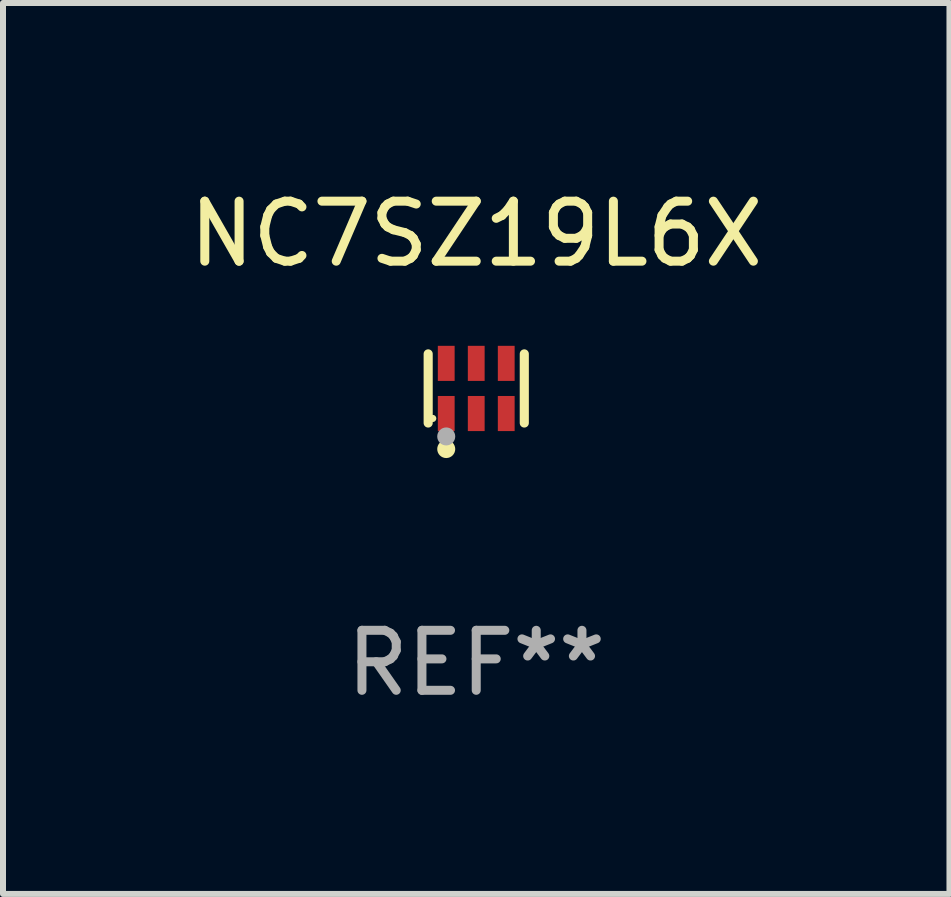
<source format=kicad_pcb>
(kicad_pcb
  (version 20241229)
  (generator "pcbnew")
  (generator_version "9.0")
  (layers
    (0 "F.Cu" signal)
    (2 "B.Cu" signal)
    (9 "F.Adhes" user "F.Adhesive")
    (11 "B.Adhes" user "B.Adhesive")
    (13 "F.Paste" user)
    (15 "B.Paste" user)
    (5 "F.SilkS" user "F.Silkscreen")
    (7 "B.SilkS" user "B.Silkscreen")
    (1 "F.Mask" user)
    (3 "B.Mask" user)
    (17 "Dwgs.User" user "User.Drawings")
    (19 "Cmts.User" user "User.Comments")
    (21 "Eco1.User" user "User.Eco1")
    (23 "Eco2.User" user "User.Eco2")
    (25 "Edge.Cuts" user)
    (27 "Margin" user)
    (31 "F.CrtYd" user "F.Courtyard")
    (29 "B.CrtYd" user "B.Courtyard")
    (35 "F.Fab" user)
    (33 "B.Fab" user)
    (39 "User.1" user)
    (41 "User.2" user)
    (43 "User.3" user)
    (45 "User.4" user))
  (footprint "NC7SZ19L6X"
    (layer "F.Cu")
    (at 4.887 3.424)
    (property "Reference" "NC7SZ19L6X" (at 0 -2.576 0) (layer "F.SilkS") (effects (font (size 1 1) (thickness 0.15))))
    (attr through_hole)
    (fp_line (start -0.801 0.576) (end -0.801 -0.576) (stroke (width 0.152) (type solid)) (layer "F.SilkS"))
    (fp_line (start 0.801 0.576) (end 0.801 -0.576) (stroke (width 0.152) (type solid)) (layer "F.SilkS"))
    (fp_circle (center -0.725 0.5) (end -0.695 0.5) (stroke (width 0.06) (type solid)) (fill no) (layer "F.SilkS"))
    (fp_circle (center -0.5 1.01) (end -0.425 1.01) (stroke (width 0.15) (type solid)) (fill no) (layer "F.SilkS"))
    (fp_circle (center -0.5 0.8) (end -0.425 0.8) (stroke (width 0.15) (type solid)) (fill no) (layer "F.Fab"))
    (fp_text user "REF**" (at 0 4.576 0) (layer "F.Fab") (effects (font (size 1 1) (thickness 0.15))))
    (pad "1" smd rect (at -0.5 0.418) (size 0.28 0.585) (layers "F.Cu" "F.Mask" "F.Paste"))
    (pad "2" smd rect (at 0 0.418) (size 0.28 0.585) (layers "F.Cu" "F.Mask" "F.Paste"))
    (pad "3" smd rect (at 0.5 0.418) (size 0.28 0.585) (layers "F.Cu" "F.Mask" "F.Paste"))
    (pad "4" smd rect (at 0.5 -0.418) (size 0.28 0.585) (layers "F.Cu" "F.Mask" "F.Paste"))
    (pad "5" smd rect (at 0 -0.418) (size 0.28 0.585) (layers "F.Cu" "F.Mask" "F.Paste"))
    (pad "6" smd rect (at -0.5 -0.418) (size 0.28 0.585) (layers "F.Cu" "F.Mask" "F.Paste")))
  (gr_rect
    (start -3 -3)
    (end 12.774 11.849)
    (stroke (width 0.1) (type default))
    (fill no)
    (layer "Edge.Cuts")))
</source>
